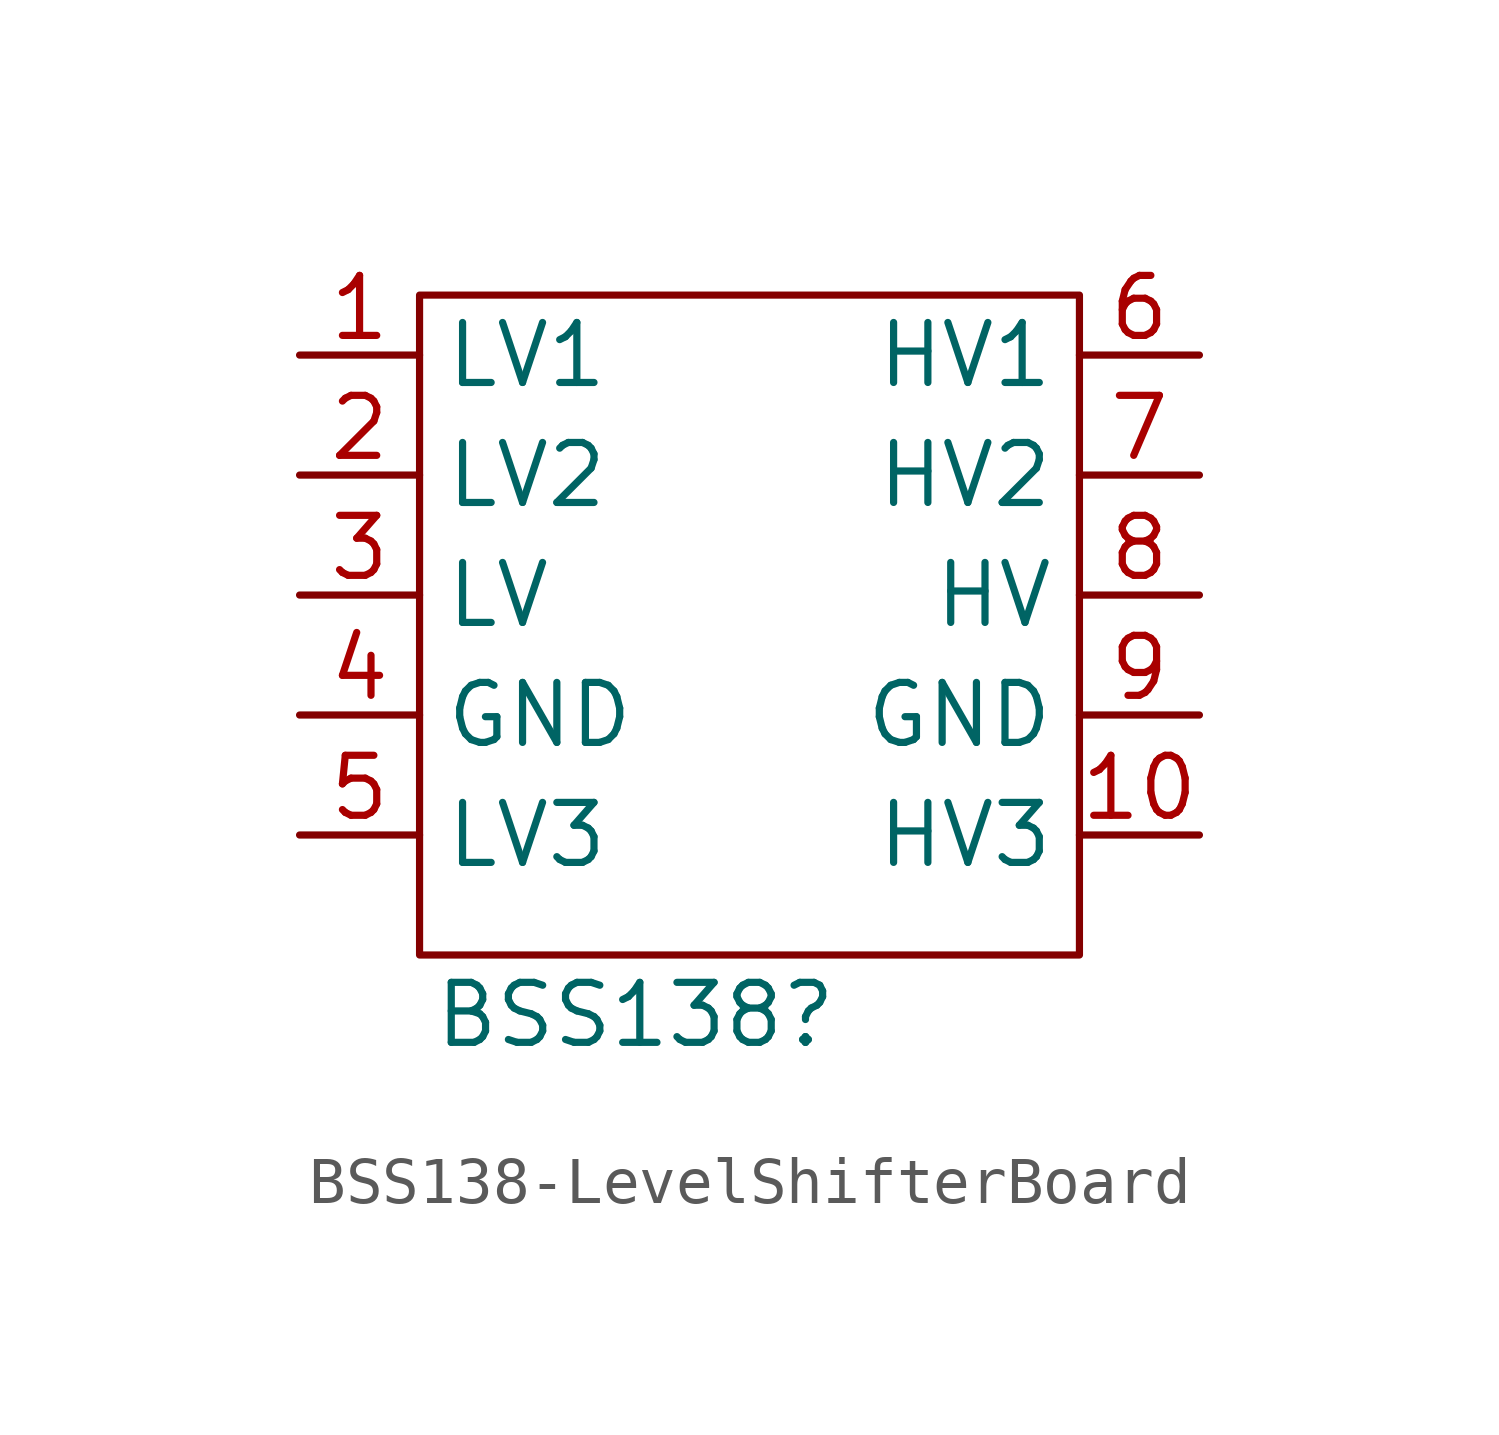
<source format=kicad_sym>
(kicad_symbol_lib
  (version 20241209)
  (generator "kicad_symbol_editor")
  (generator_version "9.0")
  (symbol "BSS138-LevelShifterBoard"
    (property "Reference" "BSS138"
      (at -9.398 -15.24 0)
      (effects (font (size 1.27 1.27))))
    (property "Value" ""
      (at 0 0 0)
      (effects (font (size 1.27 1.27))))
    (symbol "BSS138-LevelShifterBoard_0_1"
      (rectangle (start -13.97 0) (end 0 -13.97) (stroke (width 0) (type default)) (fill (type none))))
    (symbol "BSS138-LevelShifterBoard_1_1"
      (pin bidirectional line (at -16.51 -1.27 0) (length 2.54) (name "LV1" (effects (font (size 1.27 1.27)))) (number "1" (effects (font (size 1.27 1.27)))))
      (pin bidirectional line (at -16.51 -3.81 0) (length 2.54) (name "LV2" (effects (font (size 1.27 1.27)))) (number "2" (effects (font (size 1.27 1.27)))))
      (pin bidirectional line (at -16.51 -6.35 0) (length 2.54) (name "LV" (effects (font (size 1.27 1.27)))) (number "3" (effects (font (size 1.27 1.27)))))
      (pin power_in line (at -16.51 -8.89 0) (length 2.54) (name "GND" (effects (font (size 1.27 1.27)))) (number "4" (effects (font (size 1.27 1.27)))))
      (pin bidirectional line (at -16.51 -11.43 0) (length 2.54) (name "LV3" (effects (font (size 1.27 1.27)))) (number "5" (effects (font (size 1.27 1.27)))))
      (pin bidirectional line (at 2.54 -1.27 180) (length 2.54) (name "HV1" (effects (font (size 1.27 1.27)))) (number "6" (effects (font (size 1.27 1.27)))))
      (pin bidirectional line (at 2.54 -3.81 180) (length 2.54) (name "HV2" (effects (font (size 1.27 1.27)))) (number "7" (effects (font (size 1.27 1.27)))))
      (pin bidirectional line (at 2.54 -6.35 180) (length 2.54) (name "HV" (effects (font (size 1.27 1.27)))) (number "8" (effects (font (size 1.27 1.27)))))
      (pin power_out line (at 2.54 -8.89 180) (length 2.54) (name "GND" (effects (font (size 1.27 1.27)))) (number "9" (effects (font (size 1.27 1.27)))))
      (pin bidirectional line (at 2.54 -11.43 180) (length 2.54) (name "HV3" (effects (font (size 1.27 1.27)))) (number "10" (effects (font (size 1.27 1.27))))))))
</source>
